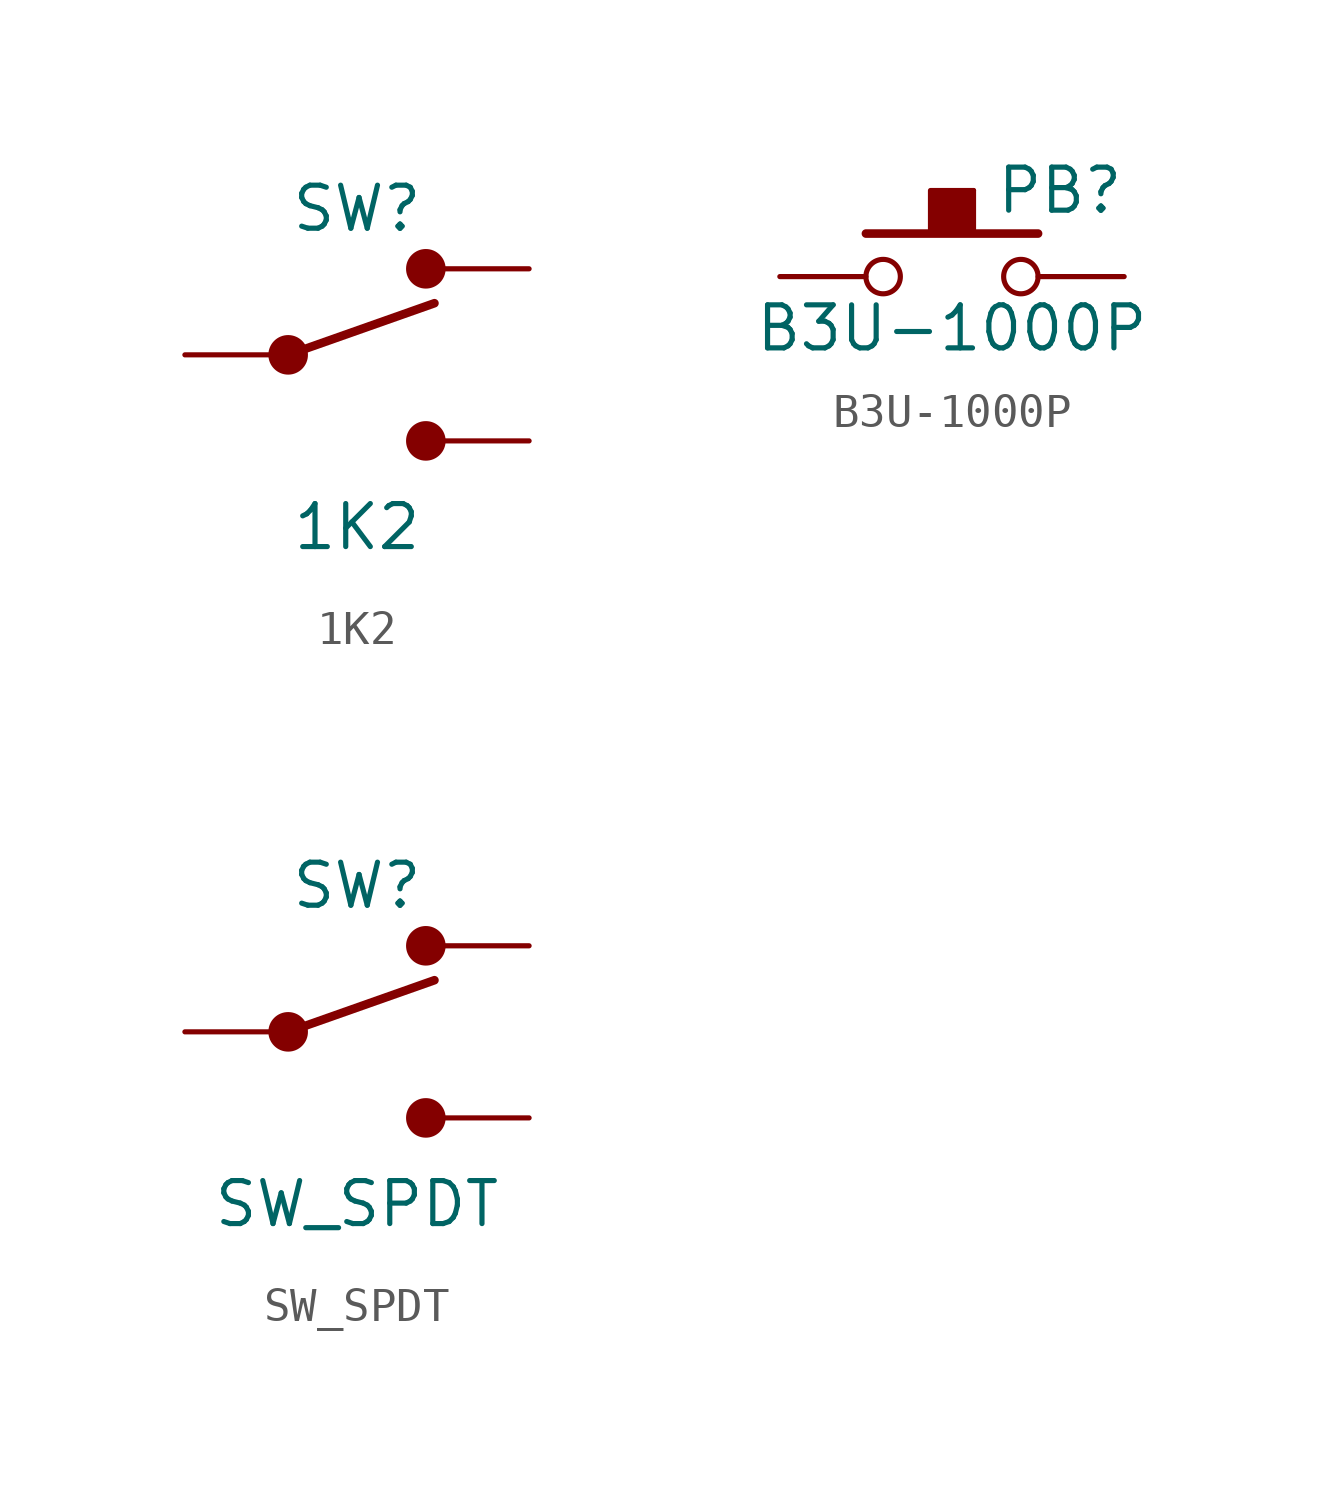
<source format=kicad_sym>
(kicad_symbol_lib
  (version 20220914)
  (generator kicad_symbol_editor)
  (symbol "1K2"
    (pin_numbers hide)
    (pin_names
      (offset 0) hide)
    (property "Reference" "SW"
      (at 0 4.318 0)
      (effects (font (size 1.27 1.27))))
    (property "Value" "1K2"
      (at 0 -5.08 0)
      (effects (font (size 1.27 1.27))))
    (symbol "1K2_0_0"
      (circle (center -2.032 0) (radius 0.508) (stroke (width 0) (type default)) (fill (type outline)))
      (circle (center 2.032 -2.54) (radius 0.508) (stroke (width 0) (type default)) (fill (type outline))))
    (symbol "1K2_0_1"
      (polyline (pts (xy -2.032 0) (xy 2.286 1.524)) (stroke (width 0.254) (type default)) (fill (type none)))
      (circle (center 2.032 2.54) (radius 0.508) (stroke (width 0) (type default)) (fill (type outline))))
    (symbol "1K2_1_1"
      (pin passive line (at -5.08 0 0) (length 2.54) (name "~" (effects (font (size 1.27 1.27)))) (number "1" (effects (font (size 1.27 1.27)))))
      (pin passive line (at 5.08 2.54 180) (length 2.54) (name "~" (effects (font (size 1.27 1.27)))) (number "2" (effects (font (size 1.27 1.27)))))
      (pin passive line (at 5.08 -2.54 180) (length 2.54) (name "~" (effects (font (size 1.27 1.27)))) (number "3" (effects (font (size 1.27 1.27)))))))
  (symbol "B3U-1000P"
    (pin_numbers hide)
    (pin_names
      (offset 1.016) hide)
    (property "Reference" "PB"
      (at 1.27 2.54 0)
      (effects (font (size 1.27 1.27)) (justify left)))
    (property "Value" "B3U-1000P"
      (at 0 -1.524 0)
      (effects (font (size 1.27 1.27))))
    (symbol "B3U-1000P_0_1"
      (circle (center -2.032 0) (radius 0.508) (stroke (width 0.152) (type default)) (fill (type none)))
      (rectangle (start -0.635 1.27) (end 0.635 2.54) (stroke (width 0.152) (type default)) (fill (type outline)))
      (polyline (pts (xy 2.54 1.27) (xy -2.54 1.27)) (stroke (width 0.254) (type default)) (fill (type none)))
      (rectangle (start 0.635 2.54) (end 0.635 2.54) (stroke (width 0) (type default)) (fill (type none)))
      (circle (center 2.032 0) (radius 0.508) (stroke (width 0.152) (type default)) (fill (type none)))
      (pin passive line (at -5.08 0 0) (length 2.54) (name "1" (effects (font (size 1.27 1.27)))) (number "1" (effects (font (size 1.27 1.27)))))
      (pin passive line (at 5.08 0 180) (length 2.54) (name "2" (effects (font (size 1.27 1.27)))) (number "2" (effects (font (size 1.27 1.27)))))))
  (symbol "SW_SPDT"
    (pin_numbers hide)
    (pin_names
      (offset 0) hide)
    (property "Reference" "SW"
      (at 0 4.318 0)
      (effects (font (size 1.27 1.27))))
    (property "Value" "SW_SPDT"
      (at 0 -5.08 0)
      (effects (font (size 1.27 1.27))))
    (symbol "SW_SPDT_0_0"
      (circle (center -2.032 0) (radius 0.508) (stroke (width 0) (type default)) (fill (type outline)))
      (circle (center 2.032 -2.54) (radius 0.508) (stroke (width 0) (type default)) (fill (type outline))))
    (symbol "SW_SPDT_0_1"
      (polyline (pts (xy -2.032 0) (xy 2.286 1.524)) (stroke (width 0.254) (type default)) (fill (type none)))
      (circle (center 2.032 2.54) (radius 0.508) (stroke (width 0) (type default)) (fill (type outline))))
    (symbol "SW_SPDT_1_1"
      (pin passive line (at -5.08 0 0) (length 2.54) (name "~" (effects (font (size 1.27 1.27)))) (number "1" (effects (font (size 1.27 1.27)))))
      (pin passive line (at 5.08 2.54 180) (length 2.54) (name "~" (effects (font (size 1.27 1.27)))) (number "2" (effects (font (size 1.27 1.27)))))
      (pin passive line (at 5.08 -2.54 180) (length 2.54) (name "~" (effects (font (size 1.27 1.27)))) (number "3" (effects (font (size 1.27 1.27))))))))
</source>
